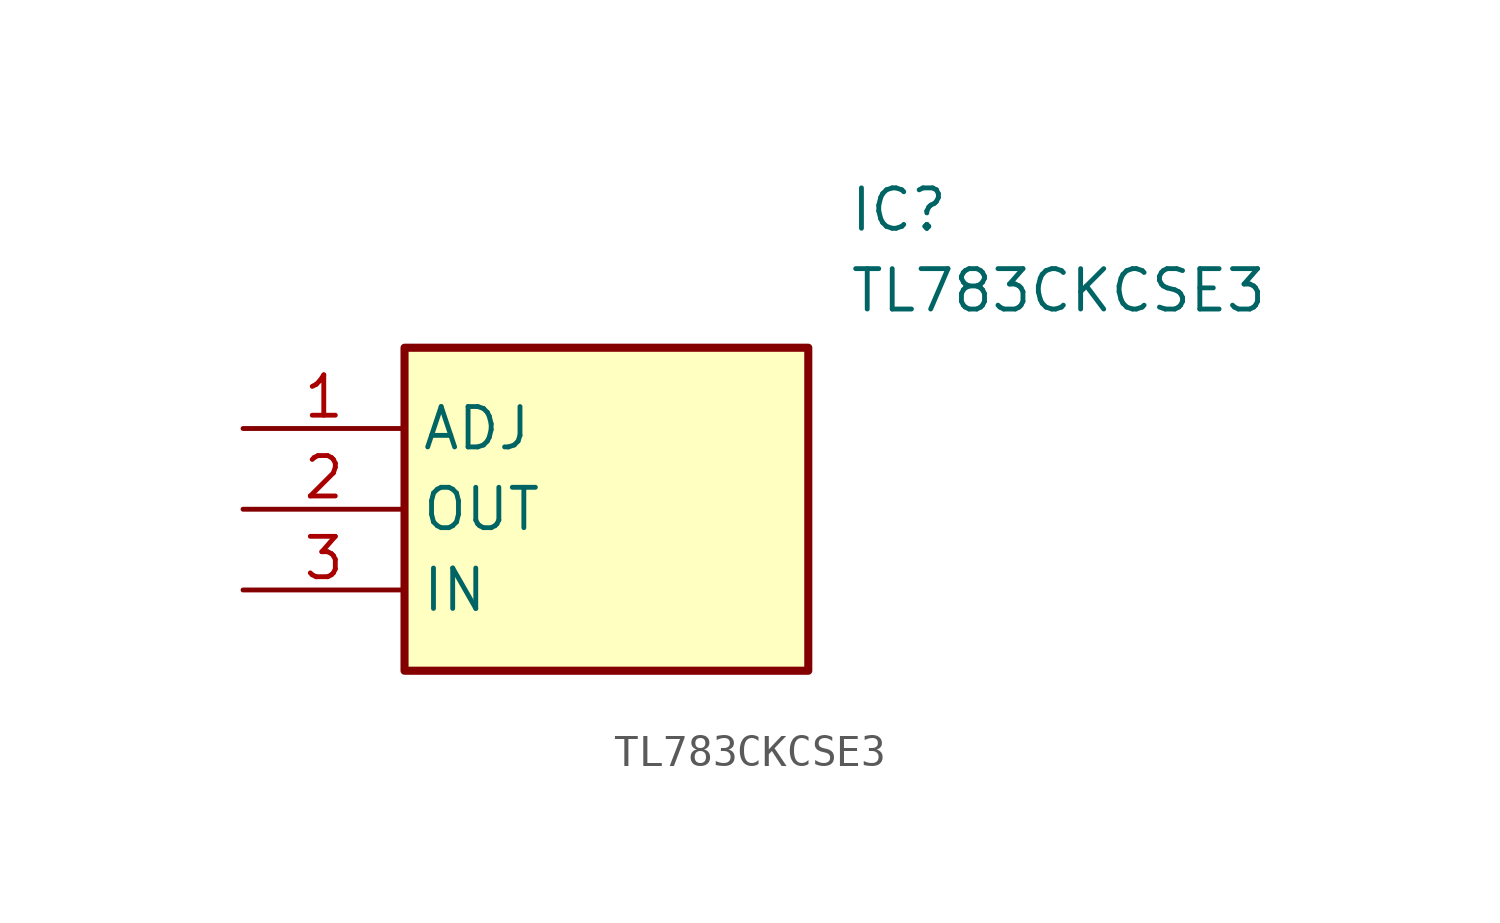
<source format=kicad_sym>
(kicad_symbol_lib
  (version 20211014)
  (generator SamacSys_ECAD_Model)
  (symbol "TL783CKCSE3"
    (property "Reference" "IC"
      (at 19.05 7.62 0)
      (effects (font (size 1.27 1.27)) (justify left top)))
    (property "Value" "TL783CKCSE3"
      (at 19.05 5.08 0)
      (effects (font (size 1.27 1.27)) (justify left top)))
    (rectangle
      (start 5.08 2.54)
      (end 17.78 -7.62)
      (stroke (width 0.254) (type default))
      (fill (type background)))
    (pin passive line
      (at 0 0 0)
      (length 5.08)
      (name "ADJ" (effects (font (size 1.27 1.27))))
      (number "1" (effects (font (size 1.27 1.27)))))
    (pin passive line
      (at 0 -2.54 0)
      (length 5.08)
      (name "OUT" (effects (font (size 1.27 1.27))))
      (number "2" (effects (font (size 1.27 1.27)))))
    (pin passive line
      (at 0 -5.08 0)
      (length 5.08)
      (name "IN" (effects (font (size 1.27 1.27))))
      (number "3" (effects (font (size 1.27 1.27)))))))
</source>
